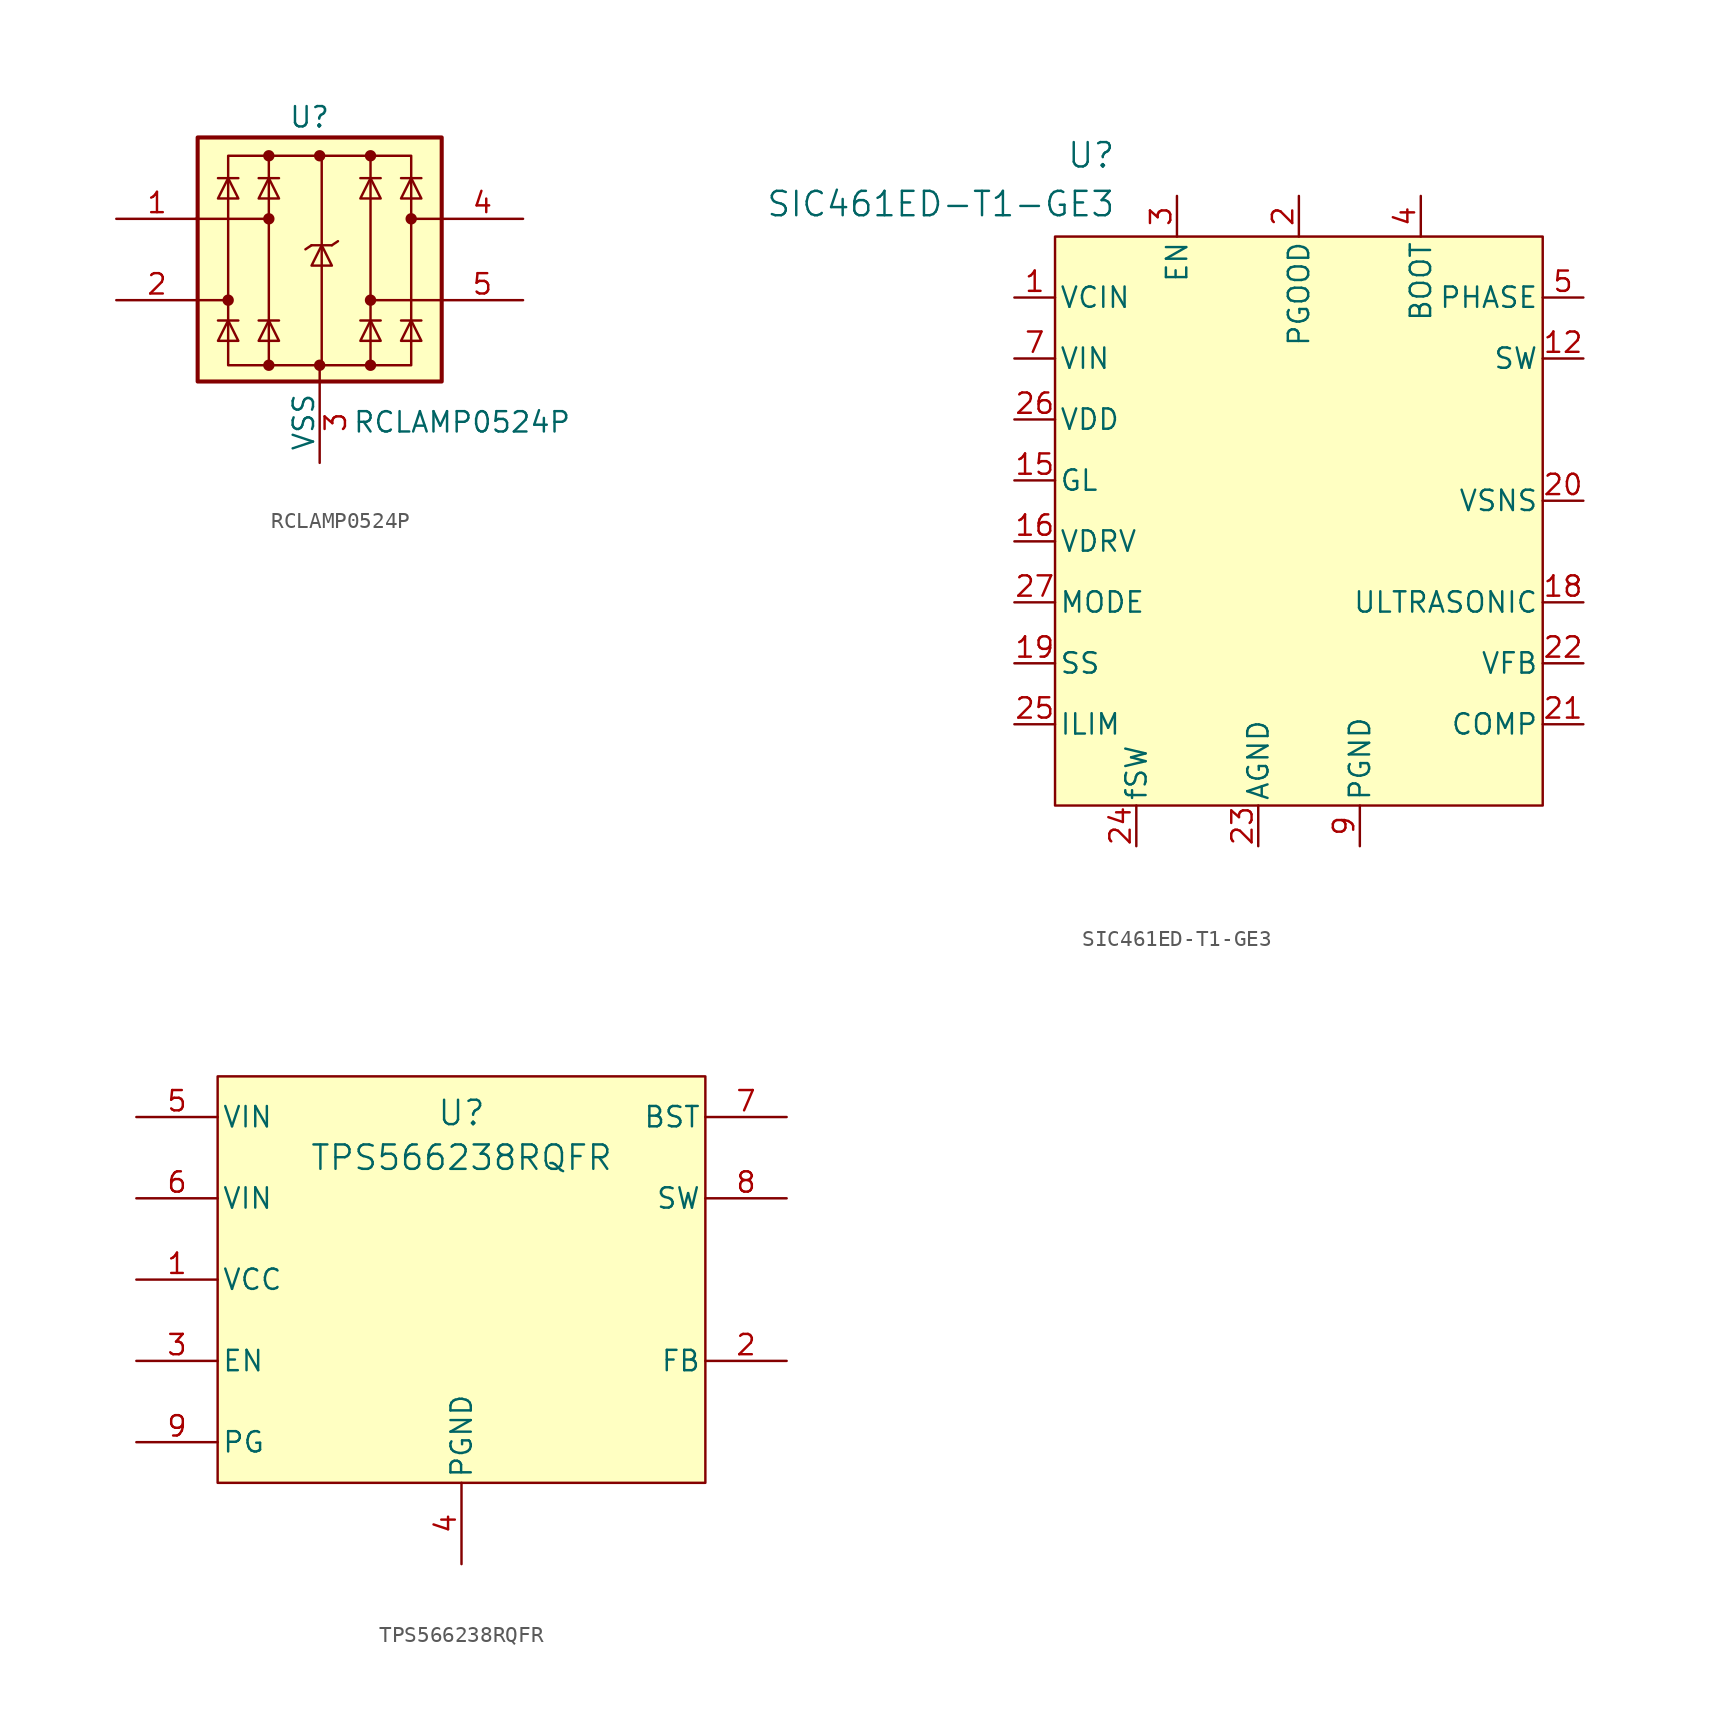
<source format=kicad_sym>
(kicad_symbol_lib
  (version 20241209)
  (generator "kicad_symbol_editor")
  (generator_version "9.0")
  (symbol "RCLAMP0524P"
    (pin_names
      (offset 0))
    (property "Reference" "U"
      (at -0.635 8.89 0)
      (effects (font (size 1.27 1.27))))
    (property "Value" "RCLAMP0524P"
      (at 8.89 -10.16 0)
      (effects (font (size 1.27 1.27))))
    (symbol "RCLAMP0524P_0_0"
      (rectangle (start -5.715 6.477) (end 5.715 -6.604) (stroke (width 0) (type default)) (fill (type none)))
      (polyline (pts (xy -3.175 -6.604) (xy -3.175 6.477)) (stroke (width 0) (type default)) (fill (type none)))
      (polyline (pts (xy 0.127 6.477) (xy 0.127 -6.604)) (stroke (width 0) (type default)) (fill (type none)))
      (polyline (pts (xy 3.175 6.477) (xy 3.175 -6.604)) (stroke (width 0) (type default)) (fill (type none))))
    (symbol "RCLAMP0524P_0_1"
      (polyline (pts (xy -7.747 2.54) (xy -3.175 2.54)) (stroke (width 0) (type default)) (fill (type none)))
      (rectangle (start -7.62 7.62) (end 7.62 -7.62) (stroke (width 0.254) (type default)) (fill (type background)))
      (polyline (pts (xy -7.62 -2.54) (xy -5.715 -2.54)) (stroke (width 0) (type default)) (fill (type none)))
      (circle (center -5.715 -2.54) (radius 0.279) (stroke (width 0) (type default)) (fill (type outline)))
      (polyline (pts (xy -5.08 5.08) (xy -6.35 5.08)) (stroke (width 0) (type default)) (fill (type none)))
      (polyline (pts (xy -5.08 3.81) (xy -6.35 3.81) (xy -5.715 5.08) (xy -5.08 3.81)) (stroke (width 0) (type default)) (fill (type none)))
      (polyline (pts (xy -5.08 -3.81) (xy -6.35 -3.81)) (stroke (width 0) (type default)) (fill (type none)))
      (polyline (pts (xy -5.08 -5.08) (xy -6.35 -5.08) (xy -5.715 -3.81) (xy -5.08 -5.08)) (stroke (width 0) (type default)) (fill (type none)))
      (circle (center -3.175 6.477) (radius 0.279) (stroke (width 0) (type default)) (fill (type outline)))
      (circle (center -3.175 2.54) (radius 0.279) (stroke (width 0) (type default)) (fill (type outline)))
      (circle (center -3.175 -6.604) (radius 0.279) (stroke (width 0) (type default)) (fill (type outline)))
      (polyline (pts (xy -2.54 5.08) (xy -3.81 5.08)) (stroke (width 0) (type default)) (fill (type none)))
      (polyline (pts (xy -2.54 3.81) (xy -3.81 3.81) (xy -3.175 5.08) (xy -2.54 3.81)) (stroke (width 0) (type default)) (fill (type none)))
      (polyline (pts (xy -2.54 -3.81) (xy -3.81 -3.81)) (stroke (width 0) (type default)) (fill (type none)))
      (polyline (pts (xy -2.54 -5.08) (xy -3.81 -5.08) (xy -3.175 -3.81) (xy -2.54 -5.08)) (stroke (width 0) (type default)) (fill (type none)))
      (polyline (pts (xy -0.508 0.889) (xy -0.889 0.635)) (stroke (width 0) (type default)) (fill (type none)))
      (circle (center 0 6.477) (radius 0.279) (stroke (width 0) (type default)) (fill (type outline)))
      (polyline (pts (xy 0 -6.604) (xy 0 -7.62)) (stroke (width 0) (type default)) (fill (type none)))
      (circle (center 0 -6.604) (radius 0.279) (stroke (width 0) (type default)) (fill (type outline)))
      (polyline (pts (xy 0.762 0.889) (xy -0.508 0.889)) (stroke (width 0) (type default)) (fill (type none)))
      (polyline (pts (xy 0.762 0.889) (xy 1.143 1.143)) (stroke (width 0) (type default)) (fill (type none)))
      (polyline (pts (xy 0.762 -0.381) (xy -0.508 -0.381) (xy 0.127 0.889) (xy 0.762 -0.381)) (stroke (width 0) (type default)) (fill (type none)))
      (circle (center 3.175 6.477) (radius 0.279) (stroke (width 0) (type default)) (fill (type outline)))
      (circle (center 3.175 -2.54) (radius 0.279) (stroke (width 0) (type default)) (fill (type outline)))
      (circle (center 3.175 -6.604) (radius 0.279) (stroke (width 0) (type default)) (fill (type outline)))
      (polyline (pts (xy 3.81 5.08) (xy 2.54 5.08)) (stroke (width 0) (type default)) (fill (type none)))
      (polyline (pts (xy 3.81 3.81) (xy 2.54 3.81) (xy 3.175 5.08) (xy 3.81 3.81)) (stroke (width 0) (type default)) (fill (type none)))
      (polyline (pts (xy 3.81 -3.81) (xy 2.54 -3.81)) (stroke (width 0) (type default)) (fill (type none)))
      (polyline (pts (xy 3.81 -5.08) (xy 2.54 -5.08) (xy 3.175 -3.81) (xy 3.81 -5.08)) (stroke (width 0) (type default)) (fill (type none)))
      (circle (center 5.715 2.54) (radius 0.279) (stroke (width 0) (type default)) (fill (type outline)))
      (polyline (pts (xy 6.35 5.08) (xy 5.08 5.08)) (stroke (width 0) (type default)) (fill (type none)))
      (polyline (pts (xy 6.35 3.81) (xy 5.08 3.81) (xy 5.715 5.08) (xy 6.35 3.81)) (stroke (width 0) (type default)) (fill (type none)))
      (polyline (pts (xy 6.35 -3.81) (xy 5.08 -3.81)) (stroke (width 0) (type default)) (fill (type none)))
      (polyline (pts (xy 6.35 -5.08) (xy 5.08 -5.08) (xy 5.715 -3.81) (xy 6.35 -5.08)) (stroke (width 0) (type default)) (fill (type none)))
      (polyline (pts (xy 7.62 2.54) (xy 5.715 2.54)) (stroke (width 0) (type default)) (fill (type none)))
      (polyline (pts (xy 7.62 -2.54) (xy 3.175 -2.54)) (stroke (width 0) (type default)) (fill (type none))))
    (symbol "RCLAMP0524P_1_1"
      (pin passive line (at -12.7 2.54 0) (length 5.08) (name "~" (effects (font (size 1.27 1.27)))) (number "1" (effects (font (size 1.27 1.27)))))
      (pin passive line (at -12.7 2.54 0) (length 5.08) (hide yes) (name "" (effects (font (size 1.27 1.27)))) (number "10" (effects (font (size 1.27 1.27)))))
      (pin passive line (at -12.7 -2.54 0) (length 5.08) (name "~" (effects (font (size 1.27 1.27)))) (number "2" (effects (font (size 1.27 1.27)))))
      (pin passive line (at -12.7 -2.54 0) (length 5.08) (hide yes) (name "" (effects (font (size 1.27 1.27)))) (number "9" (effects (font (size 1.27 1.27)))))
      (pin power_in line (at 0 -12.7 90) (length 5.08) (name "VSS" (effects (font (size 1.27 1.27)))) (number "3" (effects (font (size 1.27 1.27)))))
      (pin passive line (at 0 -12.7 90) (length 5.08) (hide yes) (name "VSS" (effects (font (size 1.27 1.27)))) (number "8" (effects (font (size 1.27 1.27)))))
      (pin passive line (at 12.7 2.54 180) (length 5.08) (name "~" (effects (font (size 1.27 1.27)))) (number "4" (effects (font (size 1.27 1.27)))))
      (pin passive line (at 12.7 2.54 180) (length 5.08) (hide yes) (name "" (effects (font (size 1.27 1.27)))) (number "7" (effects (font (size 1.27 1.27)))))
      (pin passive line (at 12.7 -2.54 180) (length 5.08) (name "~" (effects (font (size 1.27 1.27)))) (number "5" (effects (font (size 1.27 1.27)))))
      (pin passive line (at 12.7 -2.54 180) (length 5.08) (hide yes) (name "" (effects (font (size 1.27 1.27)))) (number "6" (effects (font (size 1.27 1.27)))))))
  (symbol "SIC461ED-T1-GE3"
    (pin_names
      (offset 0.254))
    (property "Reference" "U"
      (at -11.43 24.13 0)
      (effects (font (size 1.524 1.524)) (justify right)))
    (property "Value" "SIC461ED-T1-GE3"
      (at -11.43 21.082 0)
      (effects (font (size 1.524 1.524)) (justify right)))
    (symbol "SIC461ED-T1-GE3_1_0"
      (pin power_in line (at -2.54 -19.05 90) (length 2.54) (name "AGND" (effects (font (size 1.27 1.27)))) (number "23" (effects (font (size 1.27 1.27)))))
      (pin passive line (at -2.54 -19.05 90) (length 2.54) (hide yes) (name "AGND" (effects (font (size 1.27 1.27)))) (number "28" (effects (font (size 1.27 1.27)))))
      (pin output line (at 0 21.59 270) (length 2.54) (name "PGOOD" (effects (font (size 1.27 1.27)))) (number "2" (effects (font (size 1.27 1.27)))))
      (pin passive line (at 3.81 -19.05 90) (length 2.54) (hide yes) (name "PGND" (effects (font (size 1.27 1.27)))) (number "10" (effects (font (size 1.27 1.27)))))
      (pin passive line (at 3.81 -19.05 90) (length 2.54) (hide yes) (name "PGND" (effects (font (size 1.27 1.27)))) (number "11" (effects (font (size 1.27 1.27)))))
      (pin passive line (at 3.81 -19.05 90) (length 2.54) (hide yes) (name "PGND" (effects (font (size 1.27 1.27)))) (number "17" (effects (font (size 1.27 1.27)))))
      (pin passive line (at 3.81 -19.05 90) (length 2.54) (hide yes) (name "PGND" (effects (font (size 1.27 1.27)))) (number "30" (effects (font (size 1.27 1.27)))))
      (pin power_in line (at 3.81 -19.05 90) (length 2.54) (name "PGND" (effects (font (size 1.27 1.27)))) (number "9" (effects (font (size 1.27 1.27))))))
    (symbol "SIC461ED-T1-GE3_1_1"
      (rectangle (start -15.24 19.05) (end 15.24 -16.51) (stroke (width 0) (type default)) (fill (type background)))
      (pin power_in line (at -17.78 15.24 0) (length 2.54) (name "VCIN" (effects (font (size 1.27 1.27)))) (number "1" (effects (font (size 1.27 1.27)))))
      (pin passive line (at -17.78 11.43 0) (length 2.54) (hide yes) (name "VIN" (effects (font (size 1.27 1.27)))) (number "29" (effects (font (size 1.27 1.27)))))
      (pin passive line (at -17.78 11.43 0) (length 2.54) (name "VIN" (effects (font (size 1.27 1.27)))) (number "7" (effects (font (size 1.27 1.27)))))
      (pin passive line (at -17.78 11.43 0) (length 2.54) (hide yes) (name "VIN" (effects (font (size 1.27 1.27)))) (number "8" (effects (font (size 1.27 1.27)))))
      (pin power_out line (at -17.78 7.62 0) (length 2.54) (name "VDD" (effects (font (size 1.27 1.27)))) (number "26" (effects (font (size 1.27 1.27)))))
      (pin input line (at -17.78 3.81 0) (length 2.54) (name "GL" (effects (font (size 1.27 1.27)))) (number "15" (effects (font (size 1.27 1.27)))))
      (pin input line (at -17.78 0 0) (length 2.54) (name "VDRV" (effects (font (size 1.27 1.27)))) (number "16" (effects (font (size 1.27 1.27)))))
      (pin passive line (at -17.78 -3.81 0) (length 2.54) (name "MODE" (effects (font (size 1.27 1.27)))) (number "27" (effects (font (size 1.27 1.27)))))
      (pin passive line (at -17.78 -7.62 0) (length 2.54) (name "SS" (effects (font (size 1.27 1.27)))) (number "19" (effects (font (size 1.27 1.27)))))
      (pin passive line (at -17.78 -11.43 0) (length 2.54) (name "ILIM" (effects (font (size 1.27 1.27)))) (number "25" (effects (font (size 1.27 1.27)))))
      (pin input line (at -10.16 -19.05 90) (length 2.54) (name "fSW" (effects (font (size 1.27 1.27)))) (number "24" (effects (font (size 1.27 1.27)))))
      (pin input line (at -7.62 21.59 270) (length 2.54) (name "EN" (effects (font (size 1.27 1.27)))) (number "3" (effects (font (size 1.27 1.27)))))
      (pin input line (at 7.62 21.59 270) (length 2.54) (name "BOOT" (effects (font (size 1.27 1.27)))) (number "4" (effects (font (size 1.27 1.27)))))
      (pin input line (at 17.78 15.24 180) (length 2.54) (name "PHASE" (effects (font (size 1.27 1.27)))) (number "5" (effects (font (size 1.27 1.27)))))
      (pin passive line (at 17.78 15.24 180) (length 2.54) (hide yes) (name "PHASE" (effects (font (size 1.27 1.27)))) (number "6" (effects (font (size 1.27 1.27)))))
      (pin power_out line (at 17.78 11.43 180) (length 2.54) (name "SW" (effects (font (size 1.27 1.27)))) (number "12" (effects (font (size 1.27 1.27)))))
      (pin passive line (at 17.78 11.43 180) (length 2.54) (hide yes) (name "SW" (effects (font (size 1.27 1.27)))) (number "13" (effects (font (size 1.27 1.27)))))
      (pin passive line (at 17.78 11.43 180) (length 2.54) (hide yes) (name "SW" (effects (font (size 1.27 1.27)))) (number "14" (effects (font (size 1.27 1.27)))))
      (pin passive line (at 17.78 2.54 180) (length 2.54) (name "VSNS" (effects (font (size 1.27 1.27)))) (number "20" (effects (font (size 1.27 1.27)))))
      (pin passive line (at 17.78 -3.81 180) (length 2.54) (name "ULTRASONIC" (effects (font (size 1.27 1.27)))) (number "18" (effects (font (size 1.27 1.27)))))
      (pin input line (at 17.78 -7.62 180) (length 2.54) (name "VFB" (effects (font (size 1.27 1.27)))) (number "22" (effects (font (size 1.27 1.27)))))
      (pin output line (at 17.78 -11.43 180) (length 2.54) (name "COMP" (effects (font (size 1.27 1.27)))) (number "21" (effects (font (size 1.27 1.27)))))))
  (symbol "TPS566238RQFR"
    (pin_names
      (offset 0.254))
    (property "Reference" "U"
      (at 0 10.414 0)
      (effects (font (size 1.524 1.524))))
    (property "Value" "TPS566238RQFR"
      (at 0 7.62 0)
      (effects (font (size 1.524 1.524))))
    (symbol "TPS566238RQFR_0_1"
      (pin power_in line (at -20.32 10.16 0) (length 5.08) (name "VIN" (effects (font (size 1.27 1.27)))) (number "5" (effects (font (size 1.27 1.27)))))
      (pin power_in line (at -20.32 5.08 0) (length 5.08) (name "VIN" (effects (font (size 1.27 1.27)))) (number "6" (effects (font (size 1.27 1.27)))))
      (pin input line (at -20.32 -5.08 0) (length 5.08) (name "EN" (effects (font (size 1.27 1.27)))) (number "3" (effects (font (size 1.27 1.27)))))
      (pin power_in line (at 0 -17.78 90) (length 5.08) (name "PGND" (effects (font (size 1.27 1.27)))) (number "4" (effects (font (size 1.27 1.27)))))
      (pin input line (at 20.32 -5.08 180) (length 5.08) (name "FB" (effects (font (size 1.27 1.27)))) (number "2" (effects (font (size 1.27 1.27))))))
    (symbol "TPS566238RQFR_1_1"
      (rectangle (start -15.24 12.7) (end 15.24 -12.7) (stroke (width 0) (type default)) (fill (type background)))
      (pin power_out line (at -20.32 0 0) (length 5.08) (name "VCC" (effects (font (size 1.27 1.27)))) (number "1" (effects (font (size 1.27 1.27)))))
      (pin output line (at -20.32 -10.16 0) (length 5.08) (name "PG" (effects (font (size 1.27 1.27)))) (number "9" (effects (font (size 1.27 1.27)))))
      (pin input line (at 20.32 10.16 180) (length 5.08) (name "BST" (effects (font (size 1.27 1.27)))) (number "7" (effects (font (size 1.27 1.27)))))
      (pin power_out line (at 20.32 5.08 180) (length 5.08) (name "SW" (effects (font (size 1.27 1.27)))) (number "8" (effects (font (size 1.27 1.27))))))))
</source>
